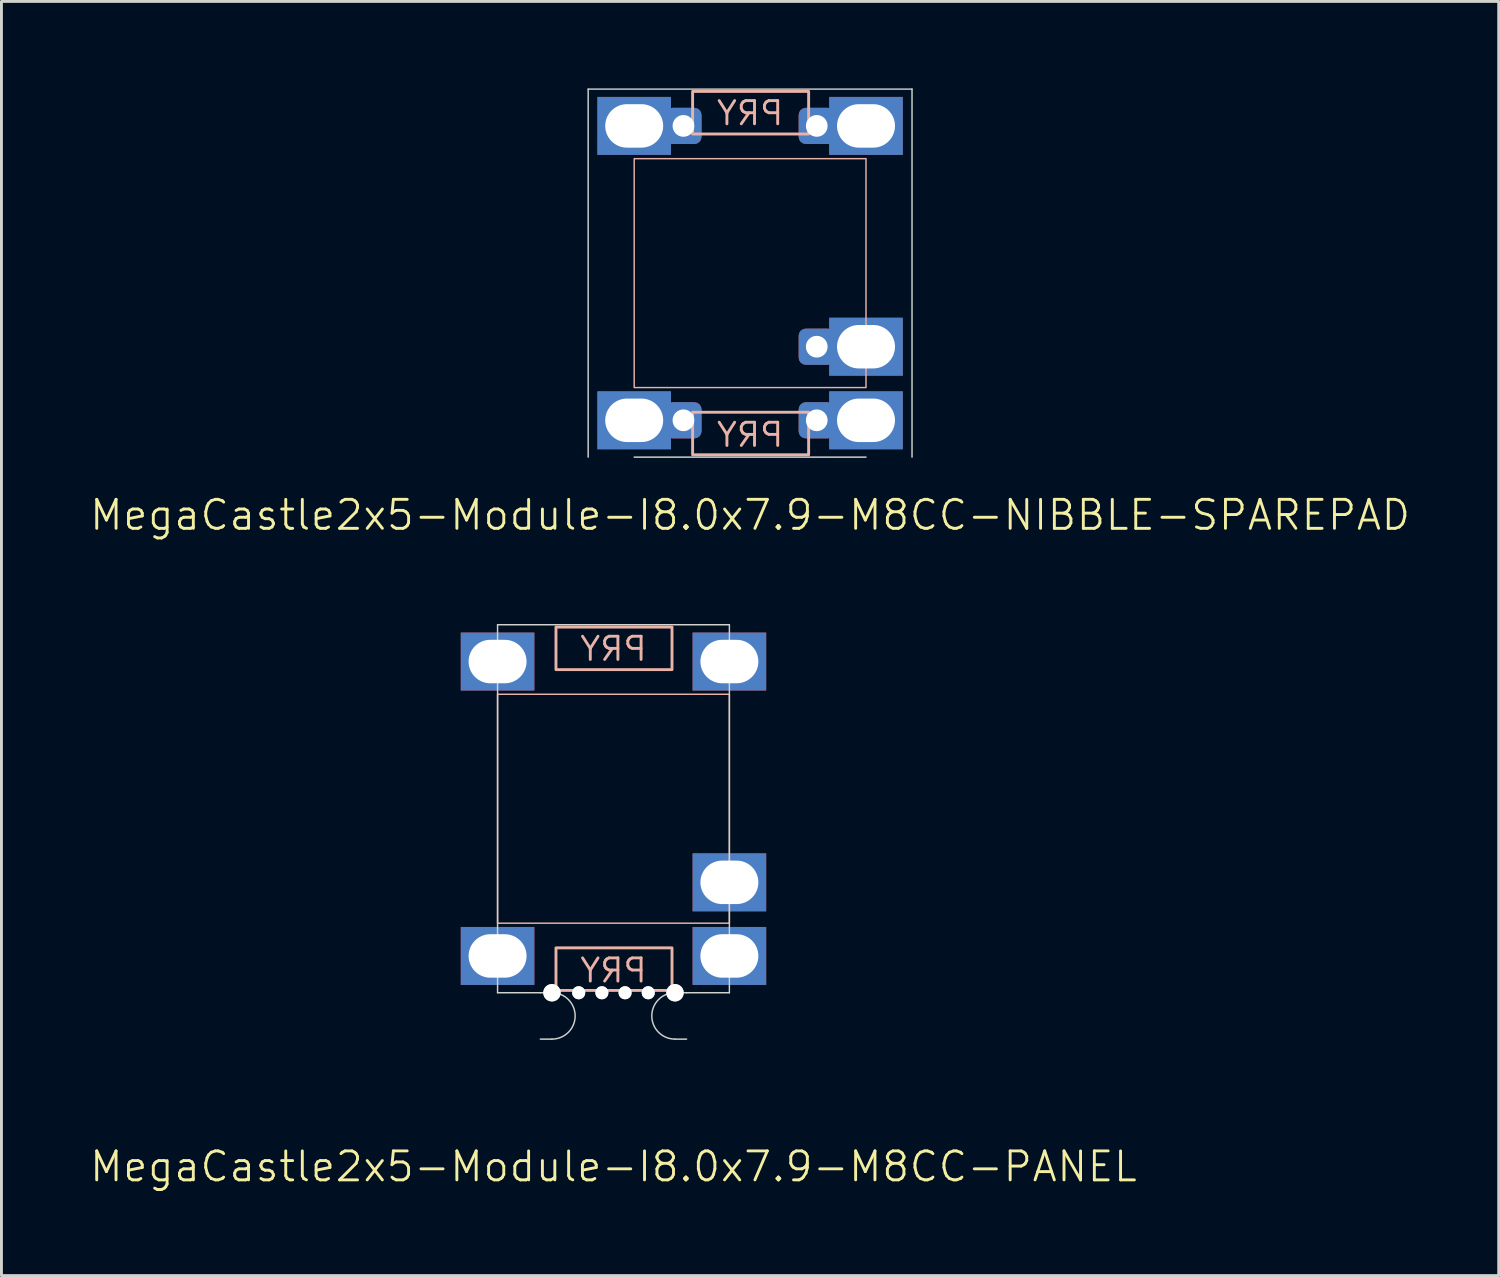
<source format=kicad_pcb>
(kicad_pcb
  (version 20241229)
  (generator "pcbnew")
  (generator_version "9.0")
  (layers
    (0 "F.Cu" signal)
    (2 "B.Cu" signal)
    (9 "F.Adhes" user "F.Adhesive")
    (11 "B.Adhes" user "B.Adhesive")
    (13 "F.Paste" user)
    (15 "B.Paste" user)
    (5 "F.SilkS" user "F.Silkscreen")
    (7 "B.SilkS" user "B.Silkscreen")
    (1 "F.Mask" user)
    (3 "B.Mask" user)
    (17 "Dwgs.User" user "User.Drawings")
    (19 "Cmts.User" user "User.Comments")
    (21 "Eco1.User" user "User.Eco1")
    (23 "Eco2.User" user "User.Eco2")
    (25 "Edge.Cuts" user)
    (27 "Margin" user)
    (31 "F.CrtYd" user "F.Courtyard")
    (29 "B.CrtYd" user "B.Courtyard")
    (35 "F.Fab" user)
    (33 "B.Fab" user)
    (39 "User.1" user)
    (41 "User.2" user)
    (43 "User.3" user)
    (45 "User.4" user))
  (footprint "MegaCastle2x5-Module-I8.0x7.9-M8CC-PANEL"
    (layer "F.Cu")
    (at 18.121 24.86)
    (property "Reference" "MegaCastle2x5-Module-I8.0x7.9-M8CC-PANEL" (at 0 12.35 0) (unlocked yes) (layer "F.SilkS") (effects (font (size 1 1) (thickness 0.1))))
    (attr smd)
    (fp_rect (start -4 3.95) (end 4 -3.95) (stroke (width 0.05) (type default)) (fill no) (layer "B.SilkS"))
    (fp_rect (start -1.984 -4.801) (end 2.02 -6.27) (stroke (width 0.1) (type default)) (fill no) (layer "B.SilkS"))
    (fp_rect (start -1.984 4.801) (end 2.02 6.27) (stroke (width 0.1) (type default)) (fill no) (layer "B.SilkS"))
    (fp_line (start -4 -6.35) (end -4 6.35) (stroke (width 0.05) (type default)) (layer "Edge.Cuts"))
    (fp_line (start -4 -6.35) (end 4 -6.35) (stroke (width 0.05) (type default)) (layer "Edge.Cuts"))
    (fp_line (start -4 6.35) (end -2.522 6.35) (stroke (width 0.05) (type default)) (layer "Edge.Cuts"))
    (fp_line (start -2.522 6.35) (end -2.123 6.35) (stroke (width 0.05) (type default)) (layer "Edge.Cuts"))
    (fp_line (start -2.522 7.95) (end -2.123 7.95) (stroke (width 0.05) (type default)) (layer "Edge.Cuts"))
    (fp_line (start 2.522 6.35) (end 2.123 6.35) (stroke (width 0.05) (type default)) (layer "Edge.Cuts"))
    (fp_line (start 2.522 6.35) (end 4 6.35) (stroke (width 0.05) (type default)) (layer "Edge.Cuts"))
    (fp_line (start 2.522 7.95) (end 2.123 7.95) (stroke (width 0.05) (type default)) (layer "Edge.Cuts"))
    (fp_line (start 4 -6.35) (end 4 6.35) (stroke (width 0.05) (type default)) (layer "Edge.Cuts"))
    (fp_arc (start -2.1225 6.35) (mid -1.3225 7.15) (end -2.1225 7.95) (stroke (width 0.05) (type default)) (layer "Edge.Cuts"))
    (fp_arc (start 2.1225 7.95) (mid 1.3225 7.15) (end 2.1225 6.35) (stroke (width 0.05) (type default)) (layer "Edge.Cuts"))
    (fp_text user "PRY" (at 0 -5.05 0) (unlocked yes) (layer "B.SilkS") (effects (font (size 0.8 0.8) (thickness 0.1)) (justify bottom mirror)))
    (fp_text user "PRY" (at 0 6.05 0) (unlocked yes) (layer "B.SilkS") (effects (font (size 0.8 0.8) (thickness 0.1)) (justify bottom mirror)))
    (pad "" np_thru_hole circle (at -2.123 6.35) (size 0.6 0.6) (drill 0.6) (layers "*.Cu" "Edge.Cuts"))
    (pad "" np_thru_hole circle (at -1.2 6.35) (size 0.45 0.45) (drill 0.45) (layers "*.Cu" "Edge.Cuts"))
    (pad "" np_thru_hole circle (at -0.4 6.35) (size 0.45 0.45) (drill 0.45) (layers "*.Cu" "Edge.Cuts"))
    (pad "" np_thru_hole circle (at 0.4 6.35) (size 0.45 0.45) (drill 0.45) (layers "*.Cu" "Edge.Cuts"))
    (pad "" np_thru_hole circle (at 1.2 6.35) (size 0.45 0.45) (drill 0.45) (layers "*.Cu" "Edge.Cuts"))
    (pad "" np_thru_hole circle (at 2.123 6.35) (size 0.6 0.6) (drill 0.6) (layers "*.Cu" "Edge.Cuts"))
    (pad "1" thru_hole rect (at -4 -5.08) (size 2.54 2) (drill oval 2 1.5) (property pad_prop_castellated) (layers "*.Cu" "*.Mask"))
    (pad "5" thru_hole rect (at -4 5.08) (size 2.54 2) (drill oval 2 1.5) (property pad_prop_castellated) (layers "*.Cu" "*.Mask"))
    (pad "6" thru_hole rect (at 4 -5.08) (size 2.54 2) (drill oval 2 1.5) (property pad_prop_castellated) (layers "*.Cu" "*.Mask"))
    (pad "9" thru_hole rect (at 4 2.54) (size 2.54 2) (drill oval 2 1.5) (property pad_prop_castellated) (layers "*.Cu" "*.Mask"))
    (pad "10" thru_hole rect (at 4 5.08) (size 2.54 2) (drill oval 2 1.5) (property pad_prop_castellated) (layers "*.Cu" "*.Mask"))
    (zone (net_name "") (layer "B.Cu") (hatch edge 0.5) (connect_pads) (min_thickness 0.25) (filled_areas_thickness no) (keepout (tracks allowed) (vias allowed) (pads allowed) (copperpour allowed) (footprints not_allowed)) (placement (enabled no)) (fill) (polygon (pts (xy 14.121 31.21) (xy 14.121 18.511))))
    (zone (net_name "") (layer "B.Cu") (hatch edge 0.5) (connect_pads) (min_thickness 0.25) (filled_areas_thickness no) (keepout (tracks allowed) (vias allowed) (pads allowed) (copperpour allowed) (footprints not_allowed)) (placement (enabled no)) (fill) (polygon (pts (xy 22.121 31.21) (xy 22.121 18.511))))
    (zone (net_name "") (layer "B.Cu") (hatch edge 0.5) (connect_pads) (min_thickness 0.25) (filled_areas_thickness no) (keepout (tracks allowed) (vias allowed) (pads allowed) (copperpour allowed) (footprints not_allowed)) (placement (enabled no)) (fill) (polygon (pts (xy 14.121 18.511) (xy 14.121 20.91) (xy 22.121 20.91) (xy 22.121 18.511))))
    (zone (net_name "") (layer "B.Cu") (hatch edge 0.5) (connect_pads) (min_thickness 0.25) (filled_areas_thickness no) (keepout (tracks allowed) (vias allowed) (pads allowed) (copperpour allowed) (footprints not_allowed)) (placement (enabled no)) (fill) (polygon (pts (xy 14.121 31.21) (xy 14.121 28.811) (xy 22.121 28.811) (xy 22.121 31.21))))
    (zone (net_name "") (layer "B.Cu") (name "Upper Pry Zone") (hatch edge 0.5) (connect_pads) (min_thickness 0.25) (filled_areas_thickness no) (keepout (tracks not_allowed) (vias not_allowed) (pads not_allowed) (copperpour allowed) (footprints not_allowed)) (placement (enabled no)) (fill) (polygon (pts (xy 16.137 20.059) (xy 16.137 18.59) (xy 20.141 18.59) (xy 20.141 20.059))))
    (zone (net_name "") (layer "B.Cu") (name "Upper Pry Zone") (hatch edge 0.5) (connect_pads) (min_thickness 0.25) (filled_areas_thickness no) (keepout (tracks not_allowed) (vias not_allowed) (pads not_allowed) (copperpour allowed) (footprints not_allowed)) (placement (enabled no)) (fill) (polygon (pts (xy 16.137 29.662) (xy 16.137 31.131) (xy 20.141 31.131) (xy 20.141 29.662)))))
  (footprint "MegaCastle2x5-Module-I8.0x7.9-M8CC-NIBBLE-SPAREPAD"
    (layer "F.Cu")
    (at 22.836 6.375)
    (property "Reference" "MegaCastle2x5-Module-I8.0x7.9-M8CC-NIBBLE-SPAREPAD" (at 0 8.35 0) (unlocked yes) (layer "F.SilkS") (effects (font (size 1 1) (thickness 0.1))))
    (attr smd)
    (fp_rect (start -4 3.95) (end 4 -3.95) (stroke (width 0.05) (type default)) (fill no) (layer "B.SilkS"))
    (fp_rect (start -1.984 -4.801) (end 2.02 -6.27) (stroke (width 0.1) (type default)) (fill no) (layer "B.SilkS"))
    (fp_rect (start -1.984 4.801) (end 2.02 6.27) (stroke (width 0.1) (type default)) (fill no) (layer "B.SilkS"))
    (fp_line (start -5.588 -6.35) (end -5.588 6.35) (stroke (width 0.05) (type default)) (layer "Edge.Cuts"))
    (fp_line (start -5.588 -6.35) (end 5.588 -6.35) (stroke (width 0.05) (type default)) (layer "Edge.Cuts"))
    (fp_line (start -4 6.35) (end 4 6.35) (stroke (width 0.05) (type default)) (layer "Edge.Cuts"))
    (fp_line (start 5.588 -6.35) (end 5.588 6.35) (stroke (width 0.05) (type default)) (layer "Edge.Cuts"))
    (fp_text user "PRY" (at 0 6.05 0) (unlocked yes) (layer "B.SilkS") (effects (font (size 0.8 0.8) (thickness 0.1)) (justify bottom mirror)))
    (fp_text user "PRY" (at 0 -5.05 0) (unlocked yes) (layer "B.SilkS") (effects (font (size 0.8 0.8) (thickness 0.1)) (justify bottom mirror)))
    (pad "1" thru_hole rect (at -4 -5.08) (size 2.54 2) (drill oval 2 1.5) (property pad_prop_castellated) (layers "*.Cu" "*.Mask"))
    (pad "1" thru_hole roundrect (at -2.3 -5.08 180) (size 1.25 1.25) (drill 0.75) (layers "*.Cu" "*.Mask") (roundrect_rratio 0.2))
    (pad "5" thru_hole rect (at -4 5.08) (size 2.54 2) (drill oval 2 1.5) (property pad_prop_castellated) (layers "*.Cu" "*.Mask"))
    (pad "5" thru_hole roundrect (at -2.3 5.08 180) (size 1.25 1.25) (drill 0.75) (layers "*.Cu" "*.Mask") (roundrect_rratio 0.2))
    (pad "6" thru_hole roundrect (at 2.3 -5.08 180) (size 1.25 1.25) (drill 0.75) (layers "*.Cu" "*.Mask") (roundrect_rratio 0.2))
    (pad "6" thru_hole rect (at 4 -5.08) (size 2.54 2) (drill oval 2 1.5) (property pad_prop_castellated) (layers "*.Cu" "*.Mask"))
    (pad "9" thru_hole roundrect (at 2.3 2.54 180) (size 1.25 1.25) (drill 0.75) (layers "*.Cu" "*.Mask") (roundrect_rratio 0.2))
    (pad "9" thru_hole rect (at 4 2.54) (size 2.54 2) (drill oval 2 1.5) (property pad_prop_castellated) (layers "*.Cu" "*.Mask"))
    (pad "10" thru_hole roundrect (at 2.3 5.08 180) (size 1.25 1.25) (drill 0.75) (layers "*.Cu" "*.Mask") (roundrect_rratio 0.2))
    (pad "10" thru_hole rect (at 4 5.08) (size 2.54 2) (drill oval 2 1.5) (property pad_prop_castellated) (layers "*.Cu" "*.Mask"))
    (zone (net_name "") (layer "B.Cu") (hatch edge 0.5) (connect_pads) (min_thickness 0.25) (filled_areas_thickness no) (keepout (tracks allowed) (vias allowed) (pads allowed) (copperpour allowed) (footprints not_allowed)) (placement (enabled no)) (fill) (polygon (pts (xy 18.836 12.725) (xy 18.836 0.025))))
    (zone (net_name "") (layer "B.Cu") (hatch edge 0.5) (connect_pads) (min_thickness 0.25) (filled_areas_thickness no) (keepout (tracks allowed) (vias allowed) (pads allowed) (copperpour allowed) (footprints not_allowed)) (placement (enabled no)) (fill) (polygon (pts (xy 26.836 12.725) (xy 26.836 0.025))))
    (zone (net_name "") (layer "B.Cu") (hatch edge 0.5) (connect_pads) (min_thickness 0.25) (filled_areas_thickness no) (keepout (tracks allowed) (vias allowed) (pads allowed) (copperpour allowed) (footprints not_allowed)) (placement (enabled no)) (fill) (polygon (pts (xy 18.836 0.025) (xy 18.836 2.425) (xy 26.836 2.425) (xy 26.836 0.025))))
    (zone (net_name "") (layer "B.Cu") (hatch edge 0.5) (connect_pads) (min_thickness 0.25) (filled_areas_thickness no) (keepout (tracks allowed) (vias allowed) (pads allowed) (copperpour allowed) (footprints not_allowed)) (placement (enabled no)) (fill) (polygon (pts (xy 18.836 12.725) (xy 18.836 10.325) (xy 26.836 10.325) (xy 26.836 12.725))))
    (zone (net_name "") (layer "B.Cu") (name "Upper Pry Zone") (hatch edge 0.5) (connect_pads) (min_thickness 0.25) (filled_areas_thickness no) (keepout (tracks not_allowed) (vias not_allowed) (pads not_allowed) (copperpour allowed) (footprints not_allowed)) (placement (enabled no)) (fill) (polygon (pts (xy 20.851 1.574) (xy 20.851 0.105) (xy 24.855 0.105) (xy 24.855 1.574))))
    (zone (net_name "") (layer "B.Cu") (name "Upper Pry Zone") (hatch edge 0.5) (connect_pads) (min_thickness 0.25) (filled_areas_thickness no) (keepout (tracks not_allowed) (vias not_allowed) (pads not_allowed) (copperpour allowed) (footprints not_allowed)) (placement (enabled no)) (fill) (polygon (pts (xy 20.851 11.176) (xy 20.851 12.645) (xy 24.855 12.645) (xy 24.855 11.176)))))
  (gr_rect
    (start -3 -3)
    (end 48.671 40.971)
    (stroke (width 0.1) (type default))
    (fill no)
    (layer "Edge.Cuts")))
</source>
